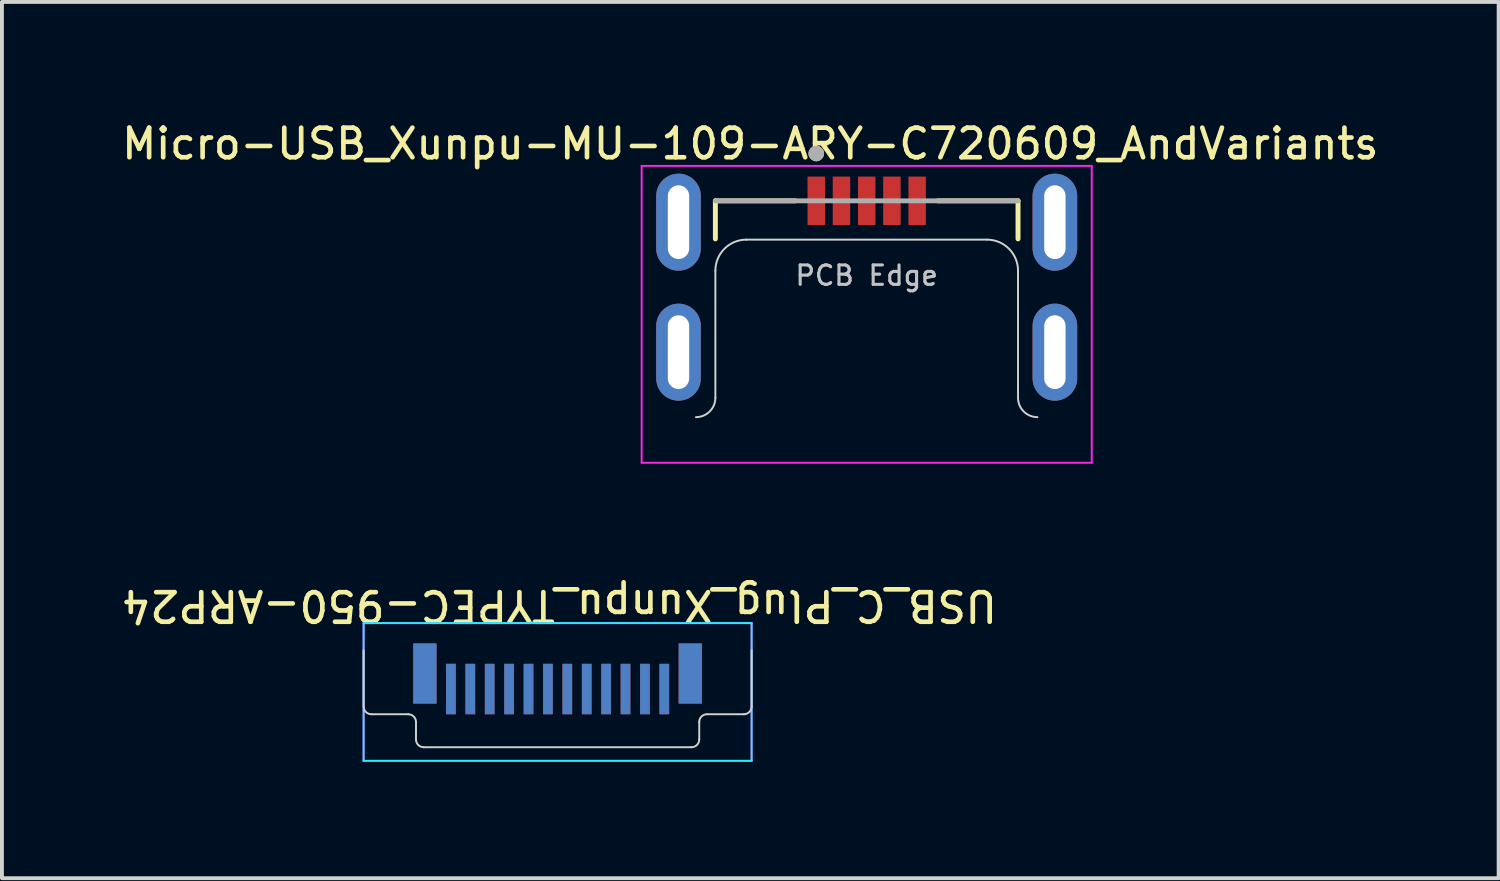
<source format=kicad_pcb>
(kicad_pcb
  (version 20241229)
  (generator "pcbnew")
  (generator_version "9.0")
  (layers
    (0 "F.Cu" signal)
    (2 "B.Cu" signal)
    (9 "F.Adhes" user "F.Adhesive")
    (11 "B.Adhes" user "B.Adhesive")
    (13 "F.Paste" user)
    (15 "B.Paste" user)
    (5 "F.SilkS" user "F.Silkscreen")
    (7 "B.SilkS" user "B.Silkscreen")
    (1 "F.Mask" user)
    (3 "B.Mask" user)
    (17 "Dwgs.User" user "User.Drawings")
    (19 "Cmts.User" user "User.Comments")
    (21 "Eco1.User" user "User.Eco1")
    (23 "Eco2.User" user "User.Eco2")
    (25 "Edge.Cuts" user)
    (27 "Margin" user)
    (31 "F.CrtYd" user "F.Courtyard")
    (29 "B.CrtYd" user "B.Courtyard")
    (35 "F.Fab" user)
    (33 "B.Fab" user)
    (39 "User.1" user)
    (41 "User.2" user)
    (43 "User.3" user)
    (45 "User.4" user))
  (footprint "Micro-USB_Xunpu-MU-109-ARY-C720609_AndVariants"
    (layer "F.Cu")
    (at 19.287 2.676)
    (property "Reference" "Micro-USB_Xunpu-MU-109-ARY-C720609_AndVariants" (at -3 -2.02 0) (layer "F.SilkS") (effects (font (size 0.762 0.762) (thickness 0.12))))
    (attr through_hole)
    (fp_line (start -3.9 -0.55) (end -3.9 0.43) (stroke (width 0.127) (type solid)) (layer "F.SilkS"))
    (fp_line (start -3.9 -0.55) (end -1.84 -0.55) (stroke (width 0.127) (type solid)) (layer "F.SilkS"))
    (fp_line (start 1.84 -0.55) (end 3.9 -0.55) (stroke (width 0.127) (type solid)) (layer "F.SilkS"))
    (fp_line (start 3.9 -0.55) (end 3.9 0.43) (stroke (width 0.127) (type solid)) (layer "F.SilkS"))
    (fp_circle (center -1.3 -1.77) (end -1.2 -1.77) (stroke (width 0.2) (type solid)) (fill no) (layer "F.SilkS"))
    (fp_line (start -3.9 4.525) (end -3.9 1.25) (stroke (width 0.05) (type solid)) (layer "Edge.Cuts"))
    (fp_line (start -3.1 0.45) (end 3.1 0.45) (stroke (width 0.05) (type solid)) (layer "Edge.Cuts"))
    (fp_line (start 3.9 1.25) (end 3.9 4.525) (stroke (width 0.05) (type solid)) (layer "Edge.Cuts"))
    (fp_arc (start -3.9 1.25) (mid -3.665685 0.684315) (end -3.1 0.45) (stroke (width 0.05) (type solid)) (layer "Edge.Cuts"))
    (fp_arc (start -3.9 4.525) (mid -4.046447 4.878553) (end -4.4 5.025) (stroke (width 0.05) (type solid)) (layer "Edge.Cuts"))
    (fp_arc (start 3.1 0.45) (mid 3.665685 0.684315) (end 3.9 1.25) (stroke (width 0.05) (type solid)) (layer "Edge.Cuts"))
    (fp_arc (start 4.4 5.025) (mid 4.046447 4.878553) (end 3.9 4.525) (stroke (width 0.05) (type solid)) (layer "Edge.Cuts"))
    (fp_line (start -5.8 -1.45) (end 5.8 -1.45) (stroke (width 0.05) (type solid)) (layer "F.CrtYd"))
    (fp_line (start -5.8 6.2) (end -5.8 -1.45) (stroke (width 0.05) (type solid)) (layer "F.CrtYd"))
    (fp_line (start 5.8 -1.45) (end 5.8 6.2) (stroke (width 0.05) (type solid)) (layer "F.CrtYd"))
    (fp_line (start 5.8 6.2) (end -5.8 6.2) (stroke (width 0.05) (type solid)) (layer "F.CrtYd"))
    (fp_line (start -3.9 -0.55) (end 3.9 -0.55) (stroke (width 0.127) (type solid)) (layer "F.Fab"))
    (fp_circle (center -1.3 -1.77) (end -1.2 -1.77) (stroke (width 0.2) (type solid)) (fill no) (layer "F.Fab"))
    (fp_text user "PCB Edge" (at 0 1.375 0) (layer "Dwgs.User") (effects (font (size 0.5 0.5) (thickness 0.08))))
    (pad "1" smd rect (at -1.3 -0.55) (size 0.45 1.25) (layers "F.Cu" "F.Mask" "F.Paste"))
    (pad "2" smd rect (at -0.65 -0.55) (size 0.45 1.25) (layers "F.Cu" "F.Mask" "F.Paste"))
    (pad "3" smd rect (at 0 -0.55) (size 0.45 1.25) (layers "F.Cu" "F.Mask" "F.Paste"))
    (pad "4" smd rect (at 0.65 -0.55) (size 0.45 1.25) (layers "F.Cu" "F.Mask" "F.Paste"))
    (pad "5" smd rect (at 1.3 -0.55) (size 0.45 1.25) (layers "F.Cu" "F.Mask" "F.Paste"))
    (pad "6" thru_hole oval (at -4.85 0) (size 1.15 2.5) (drill oval 0.55 1.9) (layers "*.Cu" "*.Mask"))
    (pad "6" thru_hole oval (at -4.85 3.35) (size 1.15 2.5) (drill oval 0.55 1.9) (layers "*.Cu" "*.Mask"))
    (pad "6" thru_hole oval (at 4.85 0) (size 1.15 2.5) (drill oval 0.55 1.9) (layers "*.Cu" "*.Mask"))
    (pad "6" thru_hole oval (at 4.85 3.35) (size 1.15 2.5) (drill oval 0.55 1.9) (layers "*.Cu" "*.Mask")))
  (footprint "USB_C_Plug_Xunpu_TYPEC-950-ARP24"
    (layer "F.Cu")
    (at 11.321 14.008)
    (property "Reference" "USB_C_Plug_Xunpu_TYPEC-950-ARP24" (at 0.05 -1.45 180) (unlocked yes) (layer "F.SilkS") (effects (font (size 0.762 0.762) (thickness 0.12))))
    (attr smd)
    (fp_line (start -5 -0.3) (end -5 1.15) (stroke (width 0.05) (type solid)) (layer "Edge.Cuts"))
    (fp_line (start -4.8 1.35) (end -3.85 1.35) (stroke (width 0.05) (type solid)) (layer "Edge.Cuts"))
    (fp_line (start -3.65 2) (end -3.65 1.55) (stroke (width 0.05) (type solid)) (layer "Edge.Cuts"))
    (fp_line (start -3.45 2.2) (end 3.45 2.2) (stroke (width 0.05) (type solid)) (layer "Edge.Cuts"))
    (fp_line (start 3.65 2) (end 3.65 1.55) (stroke (width 0.05) (type solid)) (layer "Edge.Cuts"))
    (fp_line (start 3.85 1.35) (end 4.8 1.35) (stroke (width 0.05) (type solid)) (layer "Edge.Cuts"))
    (fp_line (start 5 1.15) (end 5 -0.3) (stroke (width 0.05) (type solid)) (layer "Edge.Cuts"))
    (fp_arc (start -4.8 1.35) (mid -4.941421 1.291421) (end -5 1.15) (stroke (width 0.05) (type solid)) (layer "Edge.Cuts"))
    (fp_arc (start -3.85 1.35) (mid -3.708579 1.408579) (end -3.65 1.55) (stroke (width 0.05) (type solid)) (layer "Edge.Cuts"))
    (fp_arc (start -3.45 2.2) (mid -3.591421 2.141421) (end -3.65 2) (stroke (width 0.05) (type solid)) (layer "Edge.Cuts"))
    (fp_arc (start 3.65 1.55) (mid 3.708579 1.408579) (end 3.85 1.35) (stroke (width 0.05) (type solid)) (layer "Edge.Cuts"))
    (fp_arc (start 3.65 2) (mid 3.591421 2.141421) (end 3.45 2.2) (stroke (width 0.05) (type solid)) (layer "Edge.Cuts"))
    (fp_arc (start 5 1.15) (mid 4.941421 1.291421) (end 4.8 1.35) (stroke (width 0.05) (type solid)) (layer "Edge.Cuts"))
    (fp_line (start -5 -1) (end -5 2.55) (stroke (width 0.05) (type solid)) (layer "B.CrtYd"))
    (fp_line (start 5 -1) (end -5 -1) (stroke (width 0.05) (type solid)) (layer "B.CrtYd"))
    (fp_line (start 5 2.55) (end -5 2.55) (stroke (width 0.05) (type solid)) (layer "B.CrtYd"))
    (fp_line (start 5 2.55) (end 5 -1) (stroke (width 0.05) (type solid)) (layer "B.CrtYd"))
    (fp_line (start -5 -1) (end 5 -1) (stroke (width 0.05) (type solid)) (layer "F.CrtYd"))
    (fp_line (start -5 2.55) (end -5 -1) (stroke (width 0.05) (type solid)) (layer "F.CrtYd"))
    (fp_line (start -5 2.55) (end 5 2.55) (stroke (width 0.05) (type solid)) (layer "F.CrtYd"))
    (fp_line (start 5 -1) (end 5 2.55) (stroke (width 0.05) (type solid)) (layer "F.CrtYd"))
    (pad "A1" smd rect (at 2.75 0.7) (size 0.25 1.3) (layers "F.Cu" "F.Mask" "F.Paste"))
    (pad "A2" smd rect (at 2.25 0.7) (size 0.25 1.3) (layers "F.Cu" "F.Mask" "F.Paste"))
    (pad "A3" smd rect (at 1.75 0.7) (size 0.25 1.3) (layers "F.Cu" "F.Mask" "F.Paste"))
    (pad "A4" smd rect (at 1.25 0.7) (size 0.25 1.3) (layers "F.Cu" "F.Mask" "F.Paste"))
    (pad "A5" smd rect (at 0.75 0.7) (size 0.25 1.3) (layers "F.Cu" "F.Mask" "F.Paste"))
    (pad "A6" smd rect (at 0.25 0.7) (size 0.25 1.3) (layers "F.Cu" "F.Mask" "F.Paste"))
    (pad "A7" smd rect (at -0.25 0.7) (size 0.25 1.3) (layers "F.Cu" "F.Mask" "F.Paste"))
    (pad "A8" smd rect (at -0.75 0.7) (size 0.25 1.3) (layers "F.Cu" "F.Mask" "F.Paste"))
    (pad "A9" smd rect (at -1.25 0.7) (size 0.25 1.3) (layers "F.Cu" "F.Mask" "F.Paste"))
    (pad "A10" smd rect (at -1.75 0.7) (size 0.25 1.3) (layers "F.Cu" "F.Mask" "F.Paste"))
    (pad "A11" smd rect (at -2.25 0.7) (size 0.25 1.3) (layers "F.Cu" "F.Mask" "F.Paste"))
    (pad "A12" smd rect (at -2.75 0.7) (size 0.25 1.3) (layers "F.Cu" "F.Mask" "F.Paste"))
    (pad "B1" smd rect (at -2.75 0.7) (size 0.25 1.3) (layers "B.Cu" "B.Mask" "B.Paste"))
    (pad "B2" smd rect (at -2.25 0.7) (size 0.25 1.3) (layers "B.Cu" "B.Mask" "B.Paste"))
    (pad "B3" smd rect (at -1.75 0.7) (size 0.25 1.3) (layers "B.Cu" "B.Mask" "B.Paste"))
    (pad "B4" smd rect (at -1.25 0.7) (size 0.25 1.3) (layers "B.Cu" "B.Mask" "B.Paste"))
    (pad "B5" smd rect (at -0.75 0.7) (size 0.25 1.3) (layers "B.Cu" "B.Mask" "B.Paste"))
    (pad "B6" smd rect (at -0.25 0.7) (size 0.25 1.3) (layers "B.Cu" "B.Mask" "B.Paste"))
    (pad "B7" smd rect (at 0.25 0.7) (size 0.25 1.3) (layers "B.Cu" "B.Mask" "B.Paste"))
    (pad "B8" smd rect (at 0.75 0.7) (size 0.25 1.3) (layers "B.Cu" "B.Mask" "B.Paste"))
    (pad "B9" smd rect (at 1.25 0.7) (size 0.25 1.3) (layers "B.Cu" "B.Mask" "B.Paste"))
    (pad "B10" smd rect (at 1.75 0.7) (size 0.25 1.3) (layers "B.Cu" "B.Mask" "B.Paste"))
    (pad "B11" smd rect (at 2.25 0.7) (size 0.25 1.3) (layers "B.Cu" "B.Mask" "B.Paste"))
    (pad "B12" smd rect (at 2.75 0.7) (size 0.25 1.3) (layers "B.Cu" "B.Mask" "B.Paste"))
    (pad "S1" smd rect (at -3.42 0.3) (size 0.6 1.55) (layers "F.Cu" "F.Mask" "F.Paste"))
    (pad "S1" smd rect (at -3.42 0.3) (size 0.6 1.55) (layers "B.Cu" "B.Mask" "B.Paste"))
    (pad "S1" smd rect (at 3.42 0.3) (size 0.6 1.55) (layers "F.Cu" "F.Mask" "F.Paste"))
    (pad "S1" smd rect (at 3.42 0.3) (size 0.6 1.55) (layers "B.Cu" "B.Mask" "B.Paste")))
  (gr_rect
    (start -3 -3)
    (end 35.574 19.583)
    (stroke (width 0.1) (type default))
    (fill no)
    (layer "Edge.Cuts")))
</source>
